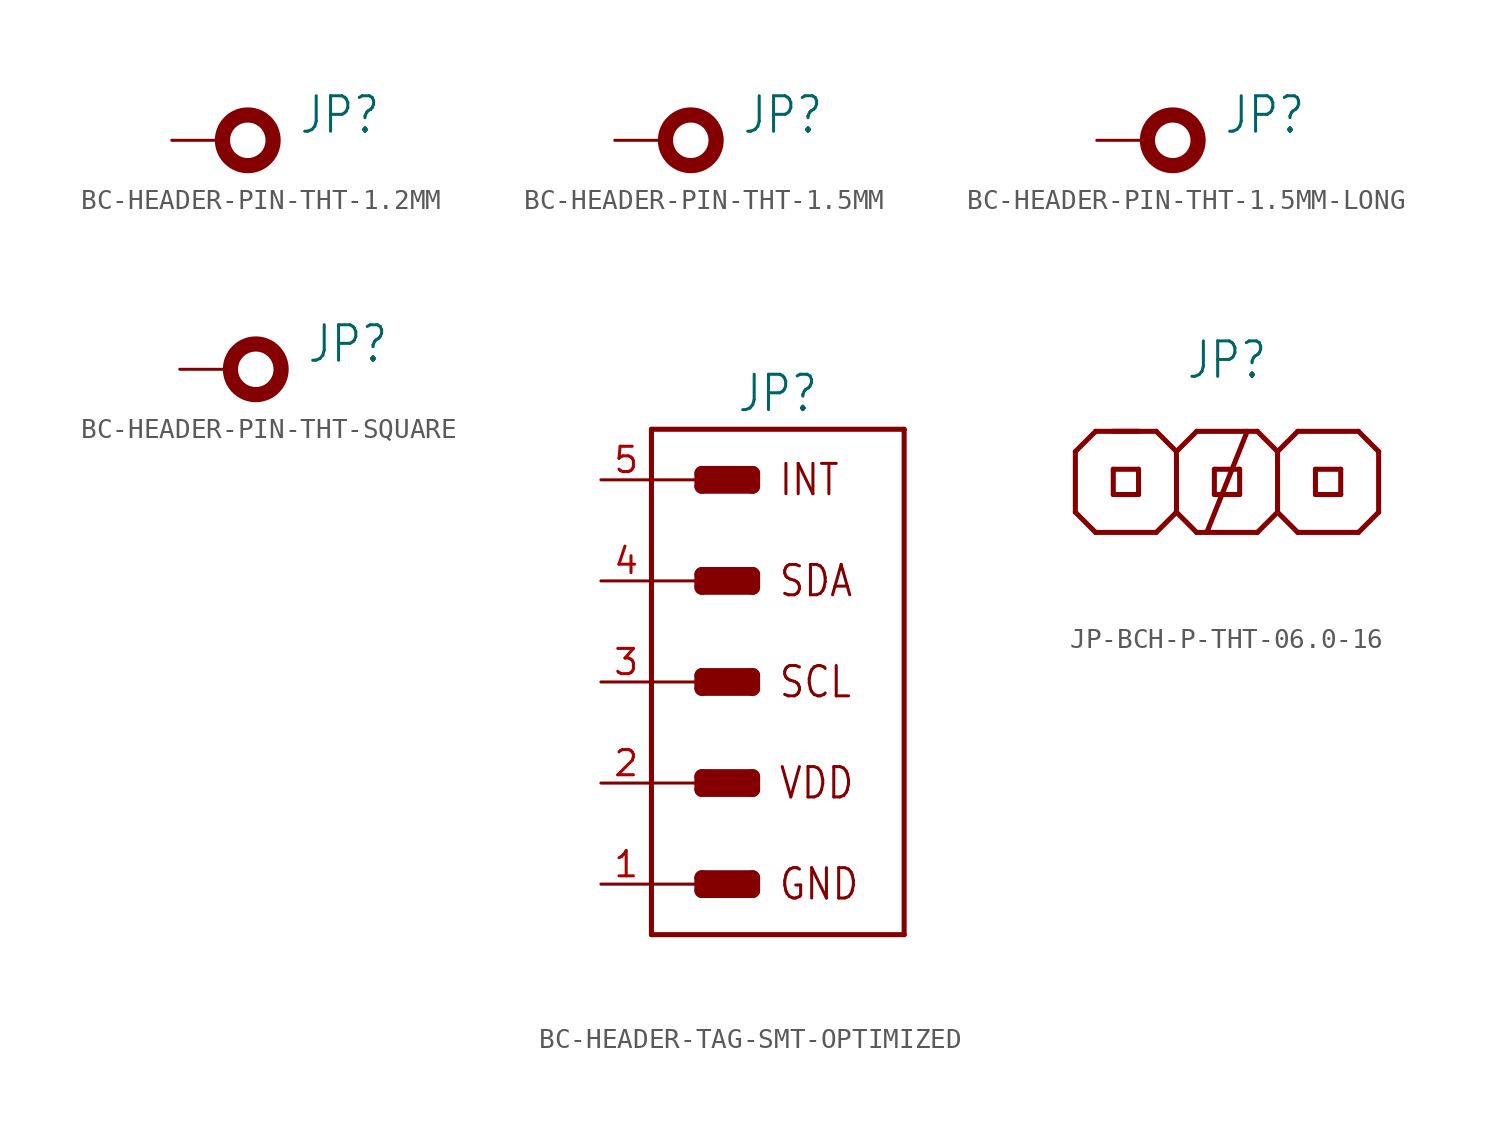
<source format=kicad_sym>
(kicad_symbol_lib
  (version 20231120)
  (generator "kicad_symbol_editor")
  (generator_version "8.0")
  (symbol "BC-HEADER-PIN-THT-1.2MM"
    (property "Reference" "JP"
      (at 6.35 1.27 0)
      (effects (font (size 1.778 1.511)) (justify left)))
    (property "Value" ""
      (at 6.35 -1.27 0)
      (effects (font (size 1.778 1.511)) (justify left)))
    (property "ki_locked" ""
      (at 0 0 0)
      (effects (font (size 1.27 1.27))))
    (symbol "BC-HEADER-PIN-THT-1.2MM_1_0"
      (circle (center 3.81 0) (radius 1.27) (stroke (width 0.762) (type solid)) (fill (type none)))
      (pin passive line (at 0 0 0) (length 2.54) (name "0" (effects (font (size 0 0)))) (number "0" (effects (font (size 0 0)))))))
  (symbol "BC-HEADER-PIN-THT-1.5MM"
    (property "Reference" "JP"
      (at 6.35 1.27 0)
      (effects (font (size 1.778 1.511)) (justify left)))
    (property "Value" ""
      (at 6.35 -1.27 0)
      (effects (font (size 1.778 1.511)) (justify left)))
    (property "ki_locked" ""
      (at 0 0 0)
      (effects (font (size 1.27 1.27))))
    (symbol "BC-HEADER-PIN-THT-1.5MM_1_0"
      (circle (center 3.81 0) (radius 1.27) (stroke (width 0.762) (type solid)) (fill (type none)))
      (pin passive line (at 0 0 0) (length 2.54) (name "0" (effects (font (size 0 0)))) (number "0" (effects (font (size 0 0)))))))
  (symbol "BC-HEADER-PIN-THT-1.5MM-LONG"
    (property "Reference" "JP"
      (at 6.35 1.27 0)
      (effects (font (size 1.778 1.511)) (justify left)))
    (property "Value" ""
      (at 6.35 -1.27 0)
      (effects (font (size 1.778 1.511)) (justify left)))
    (property "ki_locked" ""
      (at 0 0 0)
      (effects (font (size 1.27 1.27))))
    (symbol "BC-HEADER-PIN-THT-1.5MM-LONG_1_0"
      (circle (center 3.81 0) (radius 1.27) (stroke (width 0.762) (type solid)) (fill (type none)))
      (pin passive line (at 0 0 0) (length 2.54) (name "0" (effects (font (size 0 0)))) (number "0" (effects (font (size 0 0)))))))
  (symbol "BC-HEADER-PIN-THT-SQUARE"
    (property "Reference" "JP"
      (at 6.35 1.27 0)
      (effects (font (size 1.778 1.511)) (justify left)))
    (property "Value" ""
      (at 6.35 -1.27 0)
      (effects (font (size 1.778 1.511)) (justify left)))
    (property "ki_locked" ""
      (at 0 0 0)
      (effects (font (size 1.27 1.27))))
    (symbol "BC-HEADER-PIN-THT-SQUARE_1_0"
      (circle (center 3.81 0) (radius 1.27) (stroke (width 0.762) (type solid)) (fill (type none)))
      (pin passive line (at 0 0 0) (length 2.54) (name "0" (effects (font (size 0 0)))) (number "0" (effects (font (size 0 0)))))))
  (symbol "BC-HEADER-TAG-SMT-OPTIMIZED"
    (property "Reference" "JP"
      (at -1.27 13.462 0)
      (effects (font (size 1.778 1.511)) (justify bottom)))
    (property "Value" ""
      (at -1.27 -13.462 0)
      (effects (font (size 1.778 1.511)) (justify top)))
    (property "ki_locked" ""
      (at 0 0 0)
      (effects (font (size 1.27 1.27))))
    (symbol "BC-HEADER-TAG-SMT-OPTIMIZED_1_0"
      (polyline (pts (xy -7.62 -12.7) (xy 5.08 -12.7)) (stroke (width 0.254) (type solid)) (fill (type none)))
      (polyline (pts (xy -7.62 -10.16) (xy -5.08 -10.16)) (stroke (width 0.152) (type solid)) (fill (type none)))
      (polyline (pts (xy -7.62 -5.08) (xy -5.08 -5.08)) (stroke (width 0.152) (type solid)) (fill (type none)))
      (polyline (pts (xy -7.62 0) (xy -5.08 0)) (stroke (width 0.152) (type solid)) (fill (type none)))
      (polyline (pts (xy -7.62 5.08) (xy -5.08 5.08)) (stroke (width 0.152) (type solid)) (fill (type none)))
      (polyline (pts (xy -7.62 10.16) (xy -5.08 10.16)) (stroke (width 0.152) (type solid)) (fill (type none)))
      (polyline (pts (xy -7.62 12.7) (xy -7.62 -12.7)) (stroke (width 0.254) (type solid)) (fill (type none)))
      (polyline (pts (xy -5.08 -10.477) (xy -2.54 -10.477)) (stroke (width 0.762) (type solid)) (fill (type none)))
      (polyline (pts (xy -5.08 -10.16) (xy -5.08 -10.477)) (stroke (width 0.762) (type solid)) (fill (type none)))
      (polyline (pts (xy -5.08 -9.842) (xy -5.08 -10.16)) (stroke (width 0.762) (type solid)) (fill (type none)))
      (polyline (pts (xy -5.08 -9.842) (xy -2.54 -9.842)) (stroke (width 0.762) (type solid)) (fill (type none)))
      (polyline (pts (xy -5.08 -5.397) (xy -2.54 -5.397)) (stroke (width 0.762) (type solid)) (fill (type none)))
      (polyline (pts (xy -5.08 -5.08) (xy -5.08 -5.397)) (stroke (width 0.762) (type solid)) (fill (type none)))
      (polyline (pts (xy -5.08 -4.763) (xy -5.08 -5.08)) (stroke (width 0.762) (type solid)) (fill (type none)))
      (polyline (pts (xy -5.08 -4.763) (xy -2.54 -4.763)) (stroke (width 0.762) (type solid)) (fill (type none)))
      (polyline (pts (xy -5.08 -0.318) (xy -2.54 -0.318)) (stroke (width 0.762) (type solid)) (fill (type none)))
      (polyline (pts (xy -5.08 0) (xy -5.08 -0.318)) (stroke (width 0.762) (type solid)) (fill (type none)))
      (polyline (pts (xy -5.08 0.318) (xy -5.08 0)) (stroke (width 0.762) (type solid)) (fill (type none)))
      (polyline (pts (xy -5.08 0.318) (xy -2.54 0.318)) (stroke (width 0.762) (type solid)) (fill (type none)))
      (polyline (pts (xy -5.08 4.763) (xy -2.54 4.763)) (stroke (width 0.762) (type solid)) (fill (type none)))
      (polyline (pts (xy -5.08 5.08) (xy -5.08 4.763)) (stroke (width 0.762) (type solid)) (fill (type none)))
      (polyline (pts (xy -5.08 5.397) (xy -5.08 5.08)) (stroke (width 0.762) (type solid)) (fill (type none)))
      (polyline (pts (xy -5.08 5.397) (xy -2.54 5.397)) (stroke (width 0.762) (type solid)) (fill (type none)))
      (polyline (pts (xy -5.08 9.842) (xy -2.54 9.842)) (stroke (width 0.762) (type solid)) (fill (type none)))
      (polyline (pts (xy -5.08 10.16) (xy -5.08 9.842)) (stroke (width 0.762) (type solid)) (fill (type none)))
      (polyline (pts (xy -5.08 10.477) (xy -5.08 10.16)) (stroke (width 0.762) (type solid)) (fill (type none)))
      (polyline (pts (xy -5.08 10.477) (xy -2.54 10.477)) (stroke (width 0.762) (type solid)) (fill (type none)))
      (polyline (pts (xy -2.54 -10.477) (xy -2.54 -9.842)) (stroke (width 0.762) (type solid)) (fill (type none)))
      (polyline (pts (xy -2.54 -5.397) (xy -2.54 -4.763)) (stroke (width 0.762) (type solid)) (fill (type none)))
      (polyline (pts (xy -2.54 -0.318) (xy -2.54 0.318)) (stroke (width 0.762) (type solid)) (fill (type none)))
      (polyline (pts (xy -2.54 4.763) (xy -2.54 5.397)) (stroke (width 0.762) (type solid)) (fill (type none)))
      (polyline (pts (xy -2.54 9.842) (xy -2.54 10.477)) (stroke (width 0.762) (type solid)) (fill (type none)))
      (polyline (pts (xy 5.08 -12.7) (xy 5.08 12.7)) (stroke (width 0.254) (type solid)) (fill (type none)))
      (polyline (pts (xy 5.08 12.7) (xy -7.62 12.7)) (stroke (width 0.254) (type solid)) (fill (type none)))
      (text "GND" (at -1.27 -10.16 0) (effects (font (size 1.524 1.295)) (justify left)))
      (text "INT" (at -1.27 10.16 0) (effects (font (size 1.524 1.295)) (justify left)))
      (text "SCL" (at -1.27 0 0) (effects (font (size 1.524 1.295)) (justify left)))
      (text "SDA" (at -1.27 5.08 0) (effects (font (size 1.524 1.295)) (justify left)))
      (text "VDD" (at -1.27 -5.08 0) (effects (font (size 1.524 1.295)) (justify left)))
      (pin passive line (at -10.16 -10.16 0) (length 2.54) (name "GND" (effects (font (size 0 0)))) (number "1" (effects (font (size 1.27 1.27)))))
      (pin passive line (at -10.16 -5.08 0) (length 2.54) (name "VDD" (effects (font (size 0 0)))) (number "2" (effects (font (size 1.27 1.27)))))
      (pin passive line (at -10.16 0 0) (length 2.54) (name "SCL" (effects (font (size 0 0)))) (number "3" (effects (font (size 1.27 1.27)))))
      (pin passive line (at -10.16 5.08 0) (length 2.54) (name "SDA" (effects (font (size 0 0)))) (number "4" (effects (font (size 1.27 1.27)))))
      (pin passive line (at -10.16 10.16 0) (length 2.54) (name "INT" (effects (font (size 0 0)))) (number "5" (effects (font (size 1.27 1.27)))))))
  (symbol "JP-BCH-P-THT-06.0-16"
    (property "Reference" "JP"
      (at 0 5.08 0)
      (effects (font (size 1.778 1.511)) (justify bottom)))
    (property "Value" ""
      (at 0 -5.08 0)
      (effects (font (size 1.778 1.511)) (justify top)))
    (property "ki_locked" ""
      (at 0 0 0)
      (effects (font (size 1.27 1.27))))
    (symbol "JP-BCH-P-THT-06.0-16_1_0"
      (polyline (pts (xy -7.62 -1.524) (xy -6.604 -2.54)) (stroke (width 0.254) (type solid)) (fill (type none)))
      (polyline (pts (xy -7.62 1.524) (xy -7.62 -1.524)) (stroke (width 0.254) (type solid)) (fill (type none)))
      (polyline (pts (xy -6.604 -2.54) (xy -3.556 -2.54)) (stroke (width 0.254) (type solid)) (fill (type none)))
      (polyline (pts (xy -6.604 2.54) (xy -7.62 1.524)) (stroke (width 0.254) (type solid)) (fill (type none)))
      (polyline (pts (xy -5.715 -0.635) (xy -4.445 -0.635)) (stroke (width 0.254) (type solid)) (fill (type none)))
      (polyline (pts (xy -5.715 0.635) (xy -5.715 -0.635)) (stroke (width 0.254) (type solid)) (fill (type none)))
      (polyline (pts (xy -4.445 -0.635) (xy -4.445 0.635)) (stroke (width 0.254) (type solid)) (fill (type none)))
      (polyline (pts (xy -4.445 0.635) (xy -5.715 0.635)) (stroke (width 0.254) (type solid)) (fill (type none)))
      (polyline (pts (xy -4.445 2.54) (xy -5.715 2.54)) (stroke (width 0.254) (type solid)) (fill (type none)))
      (polyline (pts (xy -3.556 -2.54) (xy -2.54 -1.524)) (stroke (width 0.254) (type solid)) (fill (type none)))
      (polyline (pts (xy -3.556 2.54) (xy -6.604 2.54)) (stroke (width 0.254) (type solid)) (fill (type none)))
      (polyline (pts (xy -2.54 -1.524) (xy -2.54 1.524)) (stroke (width 0.254) (type solid)) (fill (type none)))
      (polyline (pts (xy -2.54 -1.524) (xy -1.524 -2.54)) (stroke (width 0.254) (type solid)) (fill (type none)))
      (polyline (pts (xy -2.54 1.524) (xy -3.556 2.54)) (stroke (width 0.254) (type solid)) (fill (type none)))
      (polyline (pts (xy -1.524 -2.54) (xy -1.016 -2.54)) (stroke (width 0.254) (type solid)) (fill (type none)))
      (polyline (pts (xy -1.524 2.54) (xy -2.54 1.524)) (stroke (width 0.254) (type solid)) (fill (type none)))
      (polyline (pts (xy -1.016 -2.54) (xy 1.016 2.54)) (stroke (width 0.254) (type solid)) (fill (type none)))
      (polyline (pts (xy -1.016 -2.54) (xy 1.524 -2.54)) (stroke (width 0.254) (type solid)) (fill (type none)))
      (polyline (pts (xy -0.635 -0.635) (xy 0.635 -0.635)) (stroke (width 0.254) (type solid)) (fill (type none)))
      (polyline (pts (xy -0.635 0.635) (xy -0.635 -0.635)) (stroke (width 0.254) (type solid)) (fill (type none)))
      (polyline (pts (xy 0.635 -0.635) (xy 0.635 0.635)) (stroke (width 0.254) (type solid)) (fill (type none)))
      (polyline (pts (xy 0.635 0.635) (xy -0.635 0.635)) (stroke (width 0.254) (type solid)) (fill (type none)))
      (polyline (pts (xy 1.524 -2.54) (xy 2.54 -1.524)) (stroke (width 0.254) (type solid)) (fill (type none)))
      (polyline (pts (xy 1.524 2.54) (xy -1.524 2.54)) (stroke (width 0.254) (type solid)) (fill (type none)))
      (polyline (pts (xy 2.54 -1.524) (xy 3.556 -2.54)) (stroke (width 0.254) (type solid)) (fill (type none)))
      (polyline (pts (xy 2.54 1.524) (xy 1.524 2.54)) (stroke (width 0.254) (type solid)) (fill (type none)))
      (polyline (pts (xy 2.54 1.524) (xy 2.54 -1.524)) (stroke (width 0.254) (type solid)) (fill (type none)))
      (polyline (pts (xy 3.556 -2.54) (xy 6.604 -2.54)) (stroke (width 0.254) (type solid)) (fill (type none)))
      (polyline (pts (xy 3.556 2.54) (xy 2.54 1.524)) (stroke (width 0.254) (type solid)) (fill (type none)))
      (polyline (pts (xy 4.445 -0.635) (xy 5.715 -0.635)) (stroke (width 0.254) (type solid)) (fill (type none)))
      (polyline (pts (xy 4.445 0.635) (xy 4.445 -0.635)) (stroke (width 0.254) (type solid)) (fill (type none)))
      (polyline (pts (xy 5.715 -0.635) (xy 5.715 0.635)) (stroke (width 0.254) (type solid)) (fill (type none)))
      (polyline (pts (xy 5.715 0.635) (xy 4.445 0.635)) (stroke (width 0.254) (type solid)) (fill (type none)))
      (polyline (pts (xy 6.604 -2.54) (xy 7.62 -1.524)) (stroke (width 0.254) (type solid)) (fill (type none)))
      (polyline (pts (xy 6.604 2.54) (xy 3.556 2.54)) (stroke (width 0.254) (type solid)) (fill (type none)))
      (polyline (pts (xy 7.62 1.524) (xy 6.604 2.54)) (stroke (width 0.254) (type solid)) (fill (type none)))
      (polyline (pts (xy 7.62 1.524) (xy 7.62 -1.524)) (stroke (width 0.254) (type solid)) (fill (type none))))))
</source>
